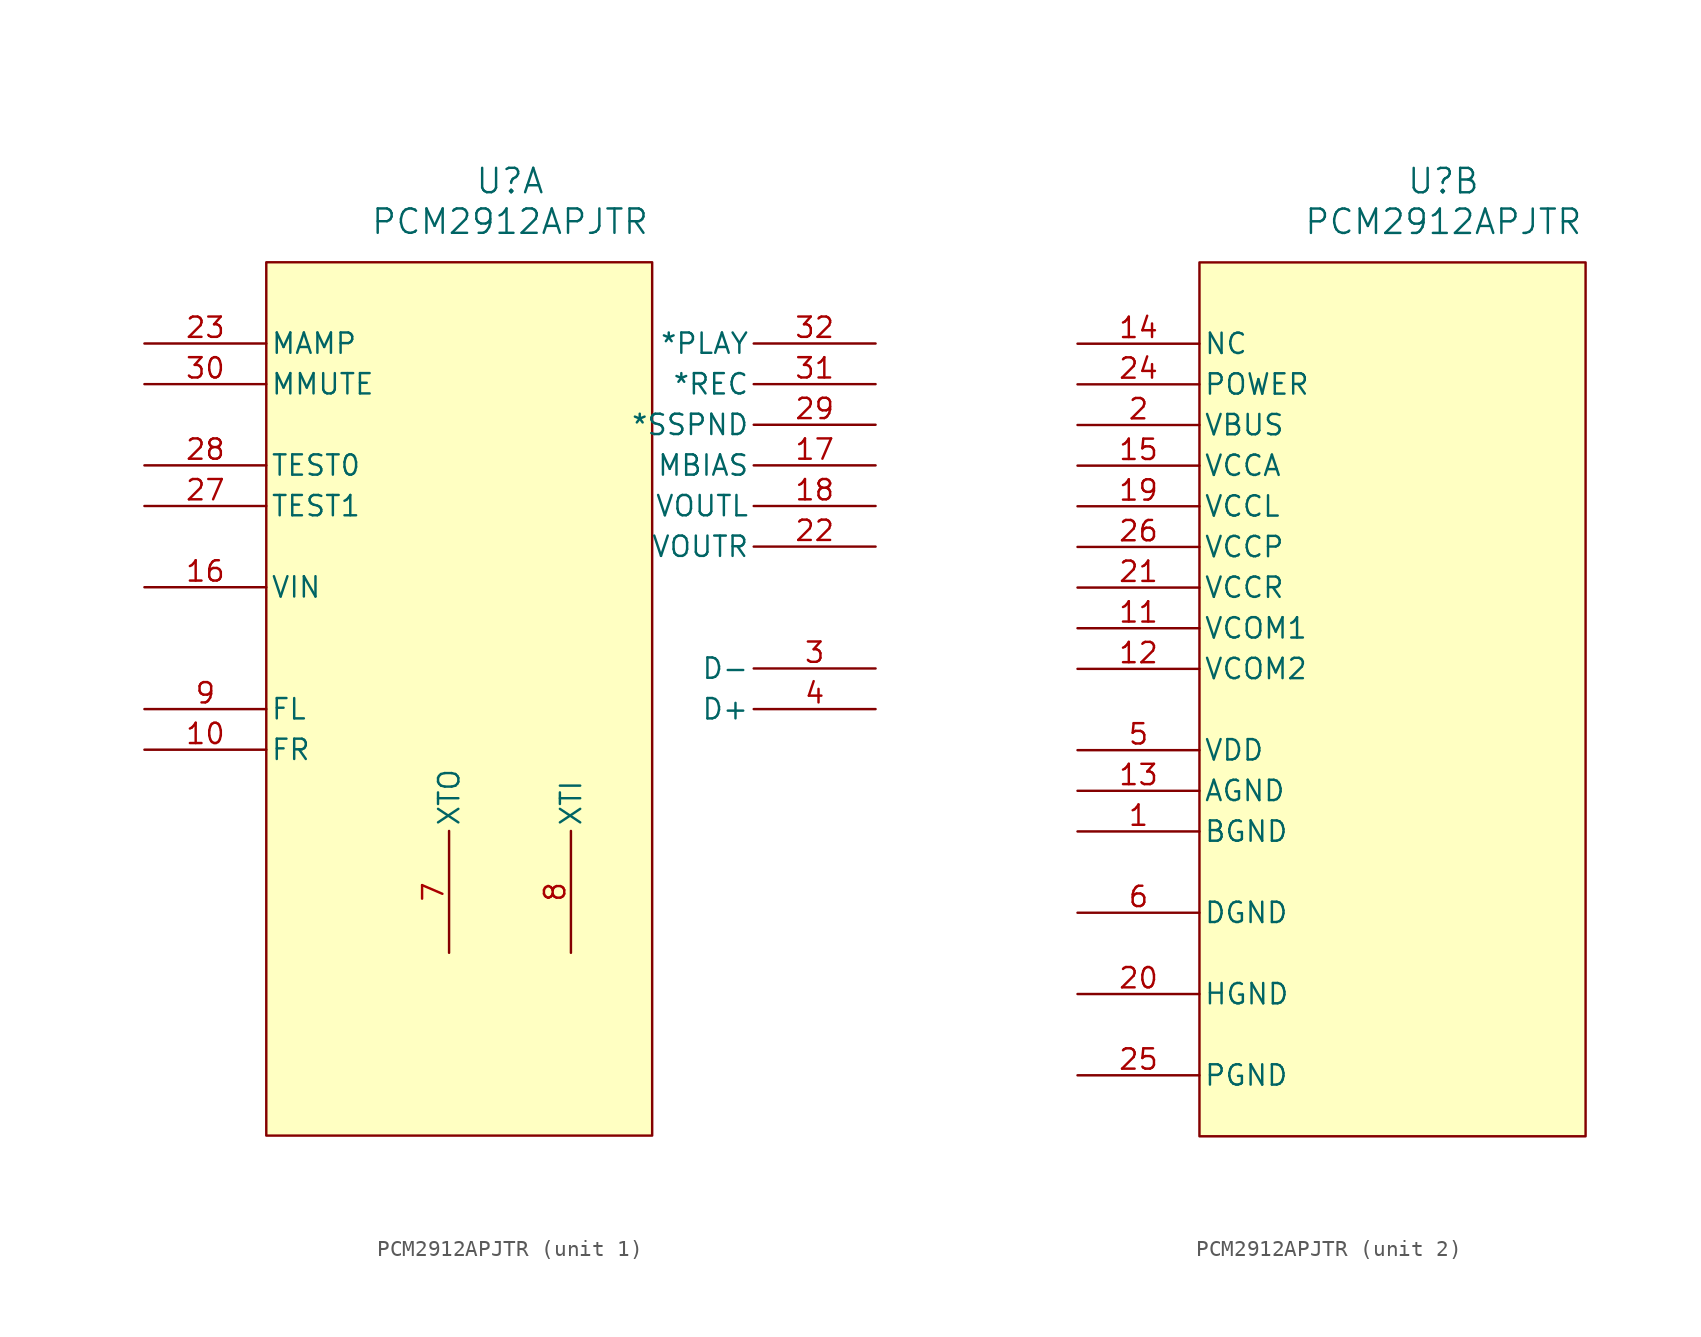
<source format=kicad_sym>
(kicad_symbol_lib
  (version 20231120)
  (generator "kicad_symbol_editor")
  (generator_version "8.0")
  (symbol "PCM2912APJTR"
    (pin_names
      (offset 0.254))
    (property "Reference" "U"
      (at 22.86 10.16 0)
      (effects (font (size 1.524 1.524))))
    (property "Value" "PCM2912APJTR"
      (at 22.86 7.62 0)
      (effects (font (size 1.524 1.524))))
    (property "ki_locked" ""
      (at 0 0 0)
      (effects (font (size 1.27 1.27))))
    (symbol "PCM2912APJTR_0_1"
      (rectangle (start 7.62 5.08) (end 31.75 -49.53) (stroke (width 0) (type default)) (fill (type background))))
    (symbol "PCM2912APJTR_1_1"
      (pin unspecified line (at 0 -25.4 0) (length 7.62) (name "FR" (effects (font (size 1.27 1.27)))) (number "10" (effects (font (size 1.27 1.27)))))
      (pin input line (at 0 -15.24 0) (length 7.62) (name "VIN" (effects (font (size 1.27 1.27)))) (number "16" (effects (font (size 1.27 1.27)))))
      (pin output line (at 45.72 -7.62 180) (length 7.62) (name "MBIAS" (effects (font (size 1.27 1.27)))) (number "17" (effects (font (size 1.27 1.27)))))
      (pin output line (at 45.72 -10.16 180) (length 7.62) (name "VOUTL" (effects (font (size 1.27 1.27)))) (number "18" (effects (font (size 1.27 1.27)))))
      (pin output line (at 45.72 -12.7 180) (length 7.62) (name "VOUTR" (effects (font (size 1.27 1.27)))) (number "22" (effects (font (size 1.27 1.27)))))
      (pin input line (at 0 0 0) (length 7.62) (name "MAMP" (effects (font (size 1.27 1.27)))) (number "23" (effects (font (size 1.27 1.27)))))
      (pin input line (at 0 -10.16 0) (length 7.62) (name "TEST1" (effects (font (size 1.27 1.27)))) (number "27" (effects (font (size 1.27 1.27)))))
      (pin input line (at 0 -7.62 0) (length 7.62) (name "TEST0" (effects (font (size 1.27 1.27)))) (number "28" (effects (font (size 1.27 1.27)))))
      (pin output line (at 45.72 -5.08 180) (length 7.62) (name "*SSPND" (effects (font (size 1.27 1.27)))) (number "29" (effects (font (size 1.27 1.27)))))
      (pin bidirectional line (at 45.72 -20.32 180) (length 7.62) (name "D-" (effects (font (size 1.27 1.27)))) (number "3" (effects (font (size 1.27 1.27)))))
      (pin input line (at 0 -2.54 0) (length 7.62) (name "MMUTE" (effects (font (size 1.27 1.27)))) (number "30" (effects (font (size 1.27 1.27)))))
      (pin output line (at 45.72 -2.54 180) (length 7.62) (name "*REC" (effects (font (size 1.27 1.27)))) (number "31" (effects (font (size 1.27 1.27)))))
      (pin output line (at 45.72 0 180) (length 7.62) (name "*PLAY" (effects (font (size 1.27 1.27)))) (number "32" (effects (font (size 1.27 1.27)))))
      (pin bidirectional line (at 45.72 -22.86 180) (length 7.62) (name "D+" (effects (font (size 1.27 1.27)))) (number "4" (effects (font (size 1.27 1.27)))))
      (pin output line (at 19.05 -38.1 90) (length 7.62) (name "XTO" (effects (font (size 1.27 1.27)))) (number "7" (effects (font (size 1.27 1.27)))))
      (pin input line (at 26.67 -38.1 90) (length 7.62) (name "XTI" (effects (font (size 1.27 1.27)))) (number "8" (effects (font (size 1.27 1.27)))))
      (pin unspecified line (at 0 -22.86 0) (length 7.62) (name "FL" (effects (font (size 1.27 1.27)))) (number "9" (effects (font (size 1.27 1.27))))))
    (symbol "PCM2912APJTR_2_1"
      (pin power_in line (at 0 -30.48 0) (length 7.62) (name "BGND" (effects (font (size 1.27 1.27)))) (number "1" (effects (font (size 1.27 1.27)))))
      (pin power_in line (at 0 -17.78 0) (length 7.62) (name "VCOM1" (effects (font (size 1.27 1.27)))) (number "11" (effects (font (size 1.27 1.27)))))
      (pin power_in line (at 0 -20.32 0) (length 7.62) (name "VCOM2" (effects (font (size 1.27 1.27)))) (number "12" (effects (font (size 1.27 1.27)))))
      (pin power_in line (at 0 -27.94 0) (length 7.62) (name "AGND" (effects (font (size 1.27 1.27)))) (number "13" (effects (font (size 1.27 1.27)))))
      (pin unspecified line (at 0 0 0) (length 7.62) (name "NC" (effects (font (size 1.27 1.27)))) (number "14" (effects (font (size 1.27 1.27)))))
      (pin power_in line (at 0 -7.62 0) (length 7.62) (name "VCCA" (effects (font (size 1.27 1.27)))) (number "15" (effects (font (size 1.27 1.27)))))
      (pin power_in line (at 0 -10.16 0) (length 7.62) (name "VCCL" (effects (font (size 1.27 1.27)))) (number "19" (effects (font (size 1.27 1.27)))))
      (pin power_in line (at 0 -5.08 0) (length 7.62) (name "VBUS" (effects (font (size 1.27 1.27)))) (number "2" (effects (font (size 1.27 1.27)))))
      (pin power_in line (at 0 -40.64 0) (length 7.62) (name "HGND" (effects (font (size 1.27 1.27)))) (number "20" (effects (font (size 1.27 1.27)))))
      (pin power_in line (at 0 -15.24 0) (length 7.62) (name "VCCR" (effects (font (size 1.27 1.27)))) (number "21" (effects (font (size 1.27 1.27)))))
      (pin power_in line (at 0 -2.54 0) (length 7.62) (name "POWER" (effects (font (size 1.27 1.27)))) (number "24" (effects (font (size 1.27 1.27)))))
      (pin power_in line (at 0 -45.72 0) (length 7.62) (name "PGND" (effects (font (size 1.27 1.27)))) (number "25" (effects (font (size 1.27 1.27)))))
      (pin power_in line (at 0 -12.7 0) (length 7.62) (name "VCCP" (effects (font (size 1.27 1.27)))) (number "26" (effects (font (size 1.27 1.27)))))
      (pin power_in line (at 0 -25.4 0) (length 7.62) (name "VDD" (effects (font (size 1.27 1.27)))) (number "5" (effects (font (size 1.27 1.27)))))
      (pin power_in line (at 0 -35.56 0) (length 7.62) (name "DGND" (effects (font (size 1.27 1.27)))) (number "6" (effects (font (size 1.27 1.27))))))))
</source>
